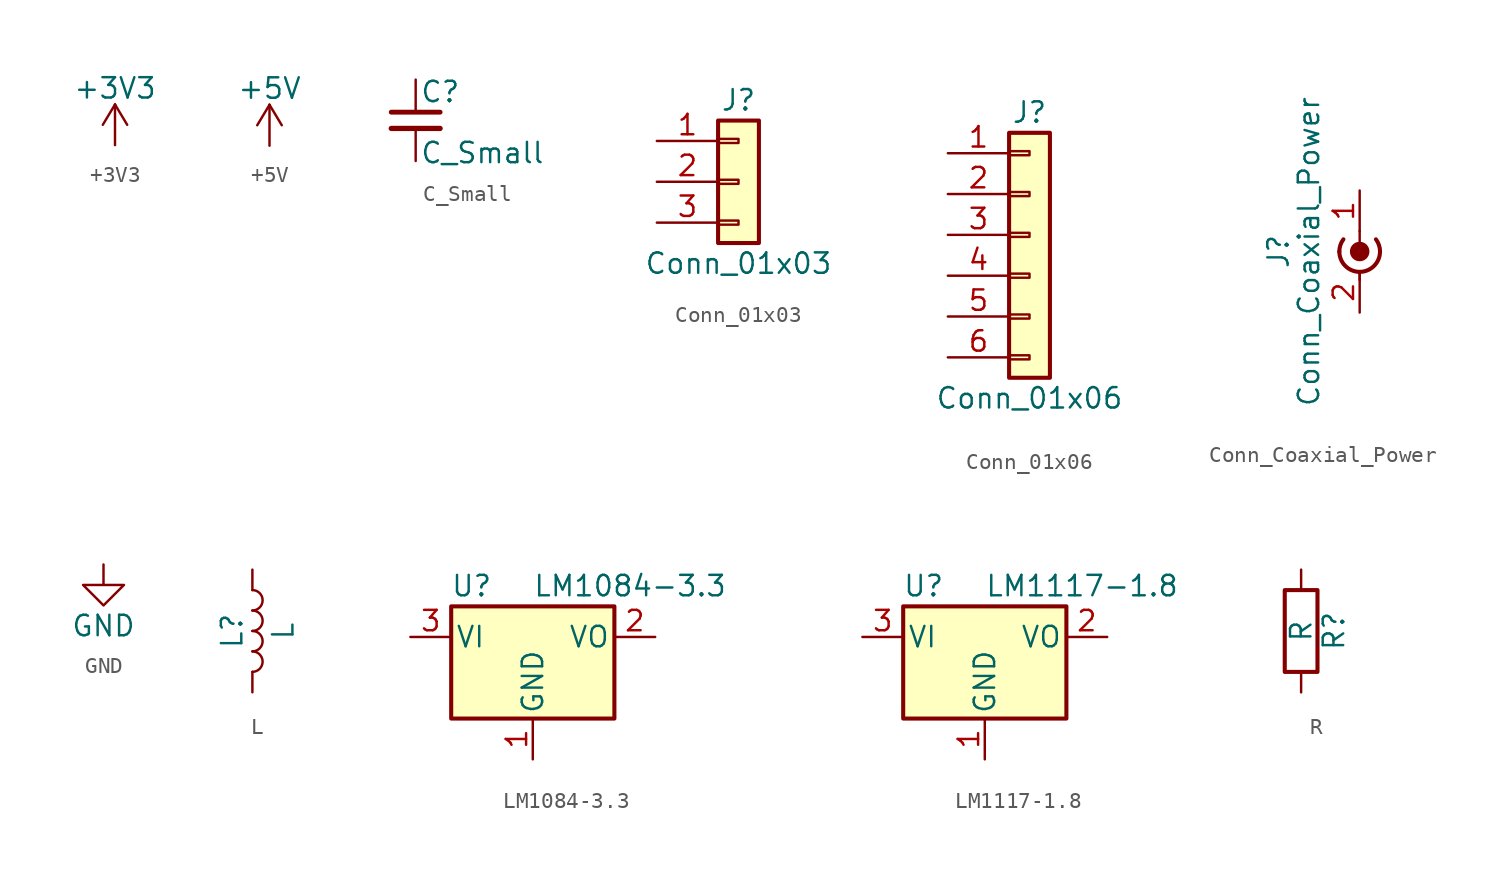
<source format=kicad_sym>
(kicad_symbol_lib
  (version 20210619)
  (generator kicad_symbol_editor)
  (symbol "openlst-hw:+3V3"
    (power)
    (pin_names
      (offset 0))
    (property "Reference" "#PWR"
      (at 0 -3.81 0)
      (effects (font (size 1.27 1.27)) hide))
    (property "Value" "+3V3"
      (at 0 3.556 0)
      (effects (font (size 1.27 1.27))))
    (symbol "+3V3_0_1"
      (polyline (pts (xy -0.762 1.27) (xy 0 2.54)) (stroke (width 0)) (fill (type none)))
      (polyline (pts (xy 0 0) (xy 0 2.54)) (stroke (width 0)) (fill (type none)))
      (polyline (pts (xy 0 2.54) (xy 0.762 1.27)) (stroke (width 0)) (fill (type none))))
    (symbol "+3V3_1_1"
      (pin power_in line (at 0 0 90) (length 0) hide (name "+3V3" (effects (font (size 1.27 1.27)))) (number "1" (effects (font (size 1.27 1.27)))))))
  (symbol "openlst-hw:+5V"
    (power)
    (pin_names
      (offset 0))
    (property "Reference" "#PWR"
      (at 0 -3.81 0)
      (effects (font (size 1.27 1.27)) hide))
    (property "Value" "+5V"
      (at 0 3.556 0)
      (effects (font (size 1.27 1.27))))
    (symbol "+5V_0_1"
      (polyline (pts (xy -0.762 1.27) (xy 0 2.54)) (stroke (width 0)) (fill (type none)))
      (polyline (pts (xy 0 0) (xy 0 2.54)) (stroke (width 0)) (fill (type none)))
      (polyline (pts (xy 0 2.54) (xy 0.762 1.27)) (stroke (width 0)) (fill (type none))))
    (symbol "+5V_1_1"
      (pin power_in line (at 0 0 90) (length 0) hide (name "+5V" (effects (font (size 1.27 1.27)))) (number "1" (effects (font (size 1.27 1.27)))))))
  (symbol "openlst-hw:C_Small"
    (pin_numbers hide)
    (pin_names
      (offset 0.254) hide)
    (property "Reference" "C"
      (at 0.254 1.778 0)
      (effects (font (size 1.27 1.27)) (justify left)))
    (property "Value" "C_Small"
      (at 0.254 -2.032 0)
      (effects (font (size 1.27 1.27)) (justify left)))
    (symbol "C_Small_0_1"
      (polyline (pts (xy -1.524 -0.508) (xy 1.524 -0.508)) (stroke (width 0.33)) (fill (type none)))
      (polyline (pts (xy -1.524 0.508) (xy 1.524 0.508)) (stroke (width 0.305)) (fill (type none))))
    (symbol "C_Small_1_1"
      (pin passive line (at 0 2.54 270) (length 2.032) (name "~" (effects (font (size 1.27 1.27)))) (number "1" (effects (font (size 1.27 1.27)))))
      (pin passive line (at 0 -2.54 90) (length 2.032) (name "~" (effects (font (size 1.27 1.27)))) (number "2" (effects (font (size 1.27 1.27)))))))
  (symbol "openlst-hw:Conn_01x03"
    (pin_names
      (offset 1.016) hide)
    (property "Reference" "J"
      (at 0 5.08 0)
      (effects (font (size 1.27 1.27))))
    (property "Value" "Conn_01x03"
      (at 0 -5.08 0)
      (effects (font (size 1.27 1.27))))
    (symbol "Conn_01x03_1_1"
      (rectangle (start -1.27 -2.413) (end 0 -2.667) (stroke (width 0.152)) (fill (type none)))
      (rectangle (start -1.27 0.127) (end 0 -0.127) (stroke (width 0.152)) (fill (type none)))
      (rectangle (start -1.27 2.667) (end 0 2.413) (stroke (width 0.152)) (fill (type none)))
      (rectangle (start -1.27 3.81) (end 1.27 -3.81) (stroke (width 0.254)) (fill (type background)))
      (pin passive line (at -5.08 2.54 0) (length 3.81) (name "Pin_1" (effects (font (size 1.27 1.27)))) (number "1" (effects (font (size 1.27 1.27)))))
      (pin passive line (at -5.08 0 0) (length 3.81) (name "Pin_2" (effects (font (size 1.27 1.27)))) (number "2" (effects (font (size 1.27 1.27)))))
      (pin passive line (at -5.08 -2.54 0) (length 3.81) (name "Pin_3" (effects (font (size 1.27 1.27)))) (number "3" (effects (font (size 1.27 1.27)))))))
  (symbol "openlst-hw:Conn_01x06"
    (pin_names
      (offset 1.016) hide)
    (property "Reference" "J"
      (at 0 7.62 0)
      (effects (font (size 1.27 1.27))))
    (property "Value" "Conn_01x06"
      (at 0 -10.16 0)
      (effects (font (size 1.27 1.27))))
    (symbol "Conn_01x06_1_1"
      (rectangle (start -1.27 -7.493) (end 0 -7.747) (stroke (width 0.152)) (fill (type none)))
      (rectangle (start -1.27 -4.953) (end 0 -5.207) (stroke (width 0.152)) (fill (type none)))
      (rectangle (start -1.27 -2.413) (end 0 -2.667) (stroke (width 0.152)) (fill (type none)))
      (rectangle (start -1.27 0.127) (end 0 -0.127) (stroke (width 0.152)) (fill (type none)))
      (rectangle (start -1.27 2.667) (end 0 2.413) (stroke (width 0.152)) (fill (type none)))
      (rectangle (start -1.27 5.207) (end 0 4.953) (stroke (width 0.152)) (fill (type none)))
      (rectangle (start -1.27 6.35) (end 1.27 -8.89) (stroke (width 0.254)) (fill (type background)))
      (pin passive line (at -5.08 5.08 0) (length 3.81) (name "Pin_1" (effects (font (size 1.27 1.27)))) (number "1" (effects (font (size 1.27 1.27)))))
      (pin passive line (at -5.08 2.54 0) (length 3.81) (name "Pin_2" (effects (font (size 1.27 1.27)))) (number "2" (effects (font (size 1.27 1.27)))))
      (pin passive line (at -5.08 0 0) (length 3.81) (name "Pin_3" (effects (font (size 1.27 1.27)))) (number "3" (effects (font (size 1.27 1.27)))))
      (pin passive line (at -5.08 -2.54 0) (length 3.81) (name "Pin_4" (effects (font (size 1.27 1.27)))) (number "4" (effects (font (size 1.27 1.27)))))
      (pin passive line (at -5.08 -5.08 0) (length 3.81) (name "Pin_5" (effects (font (size 1.27 1.27)))) (number "5" (effects (font (size 1.27 1.27)))))
      (pin passive line (at -5.08 -7.62 0) (length 3.81) (name "Pin_6" (effects (font (size 1.27 1.27)))) (number "6" (effects (font (size 1.27 1.27)))))))
  (symbol "openlst-hw:Conn_Coaxial_Power"
    (pin_names
      (offset 1.016) hide)
    (property "Reference" "J"
      (at -5.08 -1.27 90)
      (effects (font (size 1.27 1.27))))
    (property "Value" "Conn_Coaxial_Power"
      (at -3.175 -1.27 90)
      (effects (font (size 1.27 1.27))))
    (symbol "Conn_Coaxial_Power_0_1"
      (arc (start 1.016 -0.508) (end 1.27 -1.27) (radius (at 0 -1.27) (length 1.27) (angles 36.9 0)) (stroke (width 0.254)) (fill (type none)))
      (arc (start -1.27 -1.27) (end -1.016 -0.508) (radius (at 0 -1.27) (length 1.27) (angles 180 143.1)) (stroke (width 0.254)) (fill (type none)))
      (arc (start -1.27 -1.27) (end 1.27 -1.27) (radius (at 0 -1.27) (length 1.27) (angles -179.9 -0.1)) (stroke (width 0.254)) (fill (type none)))
      (circle (center 0 -1.27) (radius 0.508) (stroke (width 0.203)) (fill (type outline)))
      (polyline (pts (xy 0 -2.54) (xy 0 -3.048)) (stroke (width 0)) (fill (type none)))
      (polyline (pts (xy 0 0) (xy 0 -1.27)) (stroke (width 0)) (fill (type none))))
    (symbol "Conn_Coaxial_Power_1_1"
      (pin passive line (at 0 2.54 270) (length 2.54) (name "In" (effects (font (size 1.27 1.27)))) (number "1" (effects (font (size 1.27 1.27)))))
      (pin passive line (at 0 -5.08 90) (length 2.54) (name "Ext" (effects (font (size 1.27 1.27)))) (number "2" (effects (font (size 1.27 1.27)))))))
  (symbol "openlst-hw:GND"
    (power)
    (pin_names
      (offset 0))
    (property "Reference" "#PWR"
      (at 0 -6.35 0)
      (effects (font (size 1.27 1.27)) hide))
    (property "Value" "GND"
      (at 0 -3.81 0)
      (effects (font (size 1.27 1.27))))
    (symbol "GND_0_1"
      (polyline (pts (xy 0 0) (xy 0 -1.27) (xy 1.27 -1.27) (xy 0 -2.54) (xy -1.27 -1.27) (xy 0 -1.27)) (stroke (width 0)) (fill (type none))))
    (symbol "GND_1_1"
      (pin power_in line (at 0 0 270) (length 0) hide (name "GND" (effects (font (size 1.27 1.27)))) (number "1" (effects (font (size 1.27 1.27)))))))
  (symbol "openlst-hw:L"
    (pin_numbers hide)
    (pin_names
      (offset 1.016) hide)
    (property "Reference" "L"
      (at -1.27 0 90)
      (effects (font (size 1.27 1.27))))
    (property "Value" "L"
      (at 1.905 0 90)
      (effects (font (size 1.27 1.27))))
    (symbol "L_0_1"
      (arc (start 0 -2.54) (end 0 -1.27) (radius (at 0 -1.905) (length 0.635) (angles -89.9 89.9)) (stroke (width 0)) (fill (type none)))
      (arc (start 0 -1.27) (end 0 0) (radius (at 0 -0.635) (length 0.635) (angles -89.9 89.9)) (stroke (width 0)) (fill (type none)))
      (arc (start 0 0) (end 0 1.27) (radius (at 0 0.635) (length 0.635) (angles -89.9 89.9)) (stroke (width 0)) (fill (type none)))
      (arc (start 0 1.27) (end 0 2.54) (radius (at 0 1.905) (length 0.635) (angles -89.9 89.9)) (stroke (width 0)) (fill (type none))))
    (symbol "L_1_1"
      (pin passive line (at 0 3.81 270) (length 1.27) (name "1" (effects (font (size 1.27 1.27)))) (number "1" (effects (font (size 1.27 1.27)))))
      (pin passive line (at 0 -3.81 90) (length 1.27) (name "2" (effects (font (size 1.27 1.27)))) (number "2" (effects (font (size 1.27 1.27)))))))
  (symbol "openlst-hw:LM1084-3.3"
    (pin_names
      (offset 0.254))
    (property "Reference" "U"
      (at -3.81 3.175 0)
      (effects (font (size 1.27 1.27))))
    (property "Value" "LM1084-3.3"
      (at 0 3.175 0)
      (effects (font (size 1.27 1.27)) (justify left)))
    (symbol "LM1084-3.3_0_1"
      (rectangle (start -5.08 1.905) (end 5.08 -5.08) (stroke (width 0.254)) (fill (type background))))
    (symbol "LM1084-3.3_1_1"
      (pin power_in line (at 0 -7.62 90) (length 2.54) (name "GND" (effects (font (size 1.27 1.27)))) (number "1" (effects (font (size 1.27 1.27)))))
      (pin power_out line (at 7.62 0 180) (length 2.54) (name "VO" (effects (font (size 1.27 1.27)))) (number "2" (effects (font (size 1.27 1.27)))))
      (pin power_in line (at -7.62 0 0) (length 2.54) (name "VI" (effects (font (size 1.27 1.27)))) (number "3" (effects (font (size 1.27 1.27)))))))
  (symbol "openlst-hw:LM1117-1.8"
    (pin_names
      (offset 0.254))
    (property "Reference" "U"
      (at -3.81 3.175 0)
      (effects (font (size 1.27 1.27))))
    (property "Value" "LM1117-1.8"
      (at 0 3.175 0)
      (effects (font (size 1.27 1.27)) (justify left)))
    (symbol "LM1117-1.8_0_1"
      (rectangle (start -5.08 -5.08) (end 5.08 1.905) (stroke (width 0.254)) (fill (type background))))
    (symbol "LM1117-1.8_1_1"
      (pin power_in line (at 0 -7.62 90) (length 2.54) (name "GND" (effects (font (size 1.27 1.27)))) (number "1" (effects (font (size 1.27 1.27)))))
      (pin power_out line (at 7.62 0 180) (length 2.54) (name "VO" (effects (font (size 1.27 1.27)))) (number "2" (effects (font (size 1.27 1.27)))))
      (pin power_in line (at -7.62 0 0) (length 2.54) (name "VI" (effects (font (size 1.27 1.27)))) (number "3" (effects (font (size 1.27 1.27)))))))
  (symbol "openlst-hw:R"
    (pin_numbers hide)
    (pin_names
      (offset 0))
    (property "Reference" "R"
      (at 2.032 0 90)
      (effects (font (size 1.27 1.27))))
    (property "Value" "R"
      (at 0 0 90)
      (effects (font (size 1.27 1.27))))
    (symbol "R_0_1"
      (rectangle (start -1.016 -2.54) (end 1.016 2.54) (stroke (width 0.254)) (fill (type none))))
    (symbol "R_1_1"
      (pin passive line (at 0 3.81 270) (length 1.27) (name "~" (effects (font (size 1.27 1.27)))) (number "1" (effects (font (size 1.27 1.27)))))
      (pin passive line (at 0 -3.81 90) (length 1.27) (name "~" (effects (font (size 1.27 1.27)))) (number "2" (effects (font (size 1.27 1.27))))))))
</source>
